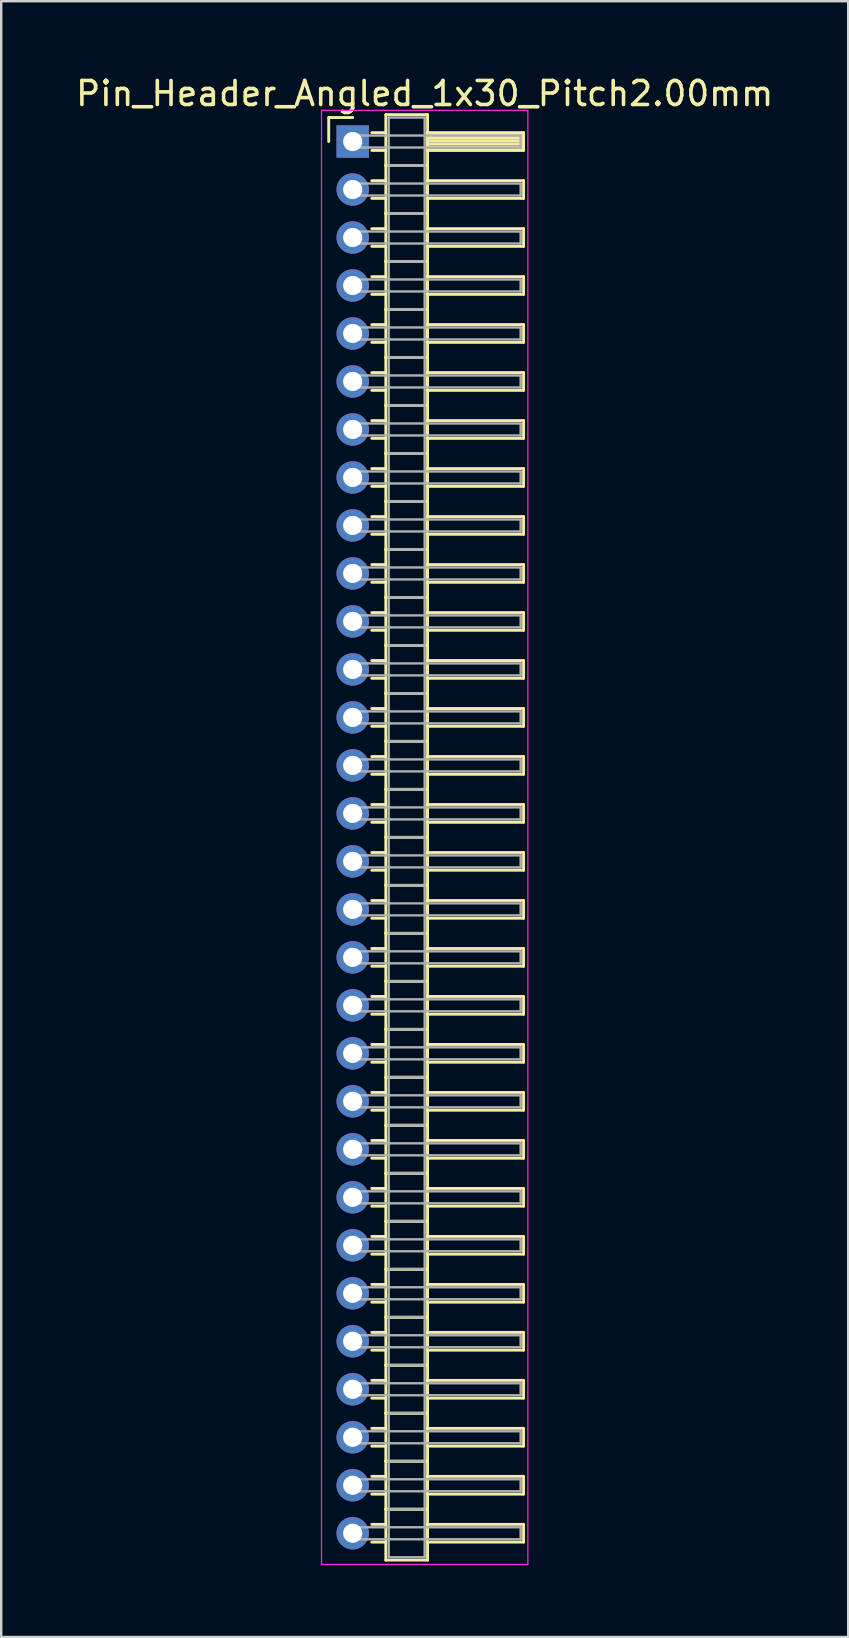
<source format=kicad_pcb>
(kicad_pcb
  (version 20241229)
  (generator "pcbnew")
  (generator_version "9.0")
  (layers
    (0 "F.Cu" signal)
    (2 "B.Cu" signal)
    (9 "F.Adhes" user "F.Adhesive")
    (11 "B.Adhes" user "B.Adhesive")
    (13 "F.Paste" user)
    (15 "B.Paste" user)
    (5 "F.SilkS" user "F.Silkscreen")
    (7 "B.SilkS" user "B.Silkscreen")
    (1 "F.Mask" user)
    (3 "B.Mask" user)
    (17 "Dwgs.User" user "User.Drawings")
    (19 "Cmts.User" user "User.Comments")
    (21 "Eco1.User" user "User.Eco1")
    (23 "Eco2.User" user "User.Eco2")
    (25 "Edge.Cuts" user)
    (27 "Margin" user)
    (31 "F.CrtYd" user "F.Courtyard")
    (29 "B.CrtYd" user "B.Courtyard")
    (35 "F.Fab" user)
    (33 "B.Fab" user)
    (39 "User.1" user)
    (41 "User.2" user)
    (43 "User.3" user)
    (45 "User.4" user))
  (footprint "Pin_Header_Angled_1x30_Pitch2.00mm"
    (layer "F.Cu")
    (at 11.649 2.848)
    (property "Reference" "Pin_Header_Angled_1x30_Pitch2.00mm" (at 3 -2 0) (layer "F.SilkS") (effects (font (size 1 1) (thickness 0.15))))
    (attr through_hole)
    (fp_line (start -1 -1) (end 0 -1) (stroke (width 0.12) (type solid)) (layer "F.SilkS"))
    (fp_line (start -1 0) (end -1 -1) (stroke (width 0.12) (type solid)) (layer "F.SilkS"))
    (fp_line (start 0.795 -0.37) (end 1.38 -0.37) (stroke (width 0.12) (type solid)) (layer "F.SilkS"))
    (fp_line (start 0.795 0.37) (end 1.38 0.37) (stroke (width 0.12) (type solid)) (layer "F.SilkS"))
    (fp_line (start 0.795 1.63) (end 1.38 1.63) (stroke (width 0.12) (type solid)) (layer "F.SilkS"))
    (fp_line (start 0.795 2.37) (end 1.38 2.37) (stroke (width 0.12) (type solid)) (layer "F.SilkS"))
    (fp_line (start 0.795 3.63) (end 1.38 3.63) (stroke (width 0.12) (type solid)) (layer "F.SilkS"))
    (fp_line (start 0.795 4.37) (end 1.38 4.37) (stroke (width 0.12) (type solid)) (layer "F.SilkS"))
    (fp_line (start 0.795 5.63) (end 1.38 5.63) (stroke (width 0.12) (type solid)) (layer "F.SilkS"))
    (fp_line (start 0.795 6.37) (end 1.38 6.37) (stroke (width 0.12) (type solid)) (layer "F.SilkS"))
    (fp_line (start 0.795 7.63) (end 1.38 7.63) (stroke (width 0.12) (type solid)) (layer "F.SilkS"))
    (fp_line (start 0.795 8.37) (end 1.38 8.37) (stroke (width 0.12) (type solid)) (layer "F.SilkS"))
    (fp_line (start 0.795 9.63) (end 1.38 9.63) (stroke (width 0.12) (type solid)) (layer "F.SilkS"))
    (fp_line (start 0.795 10.37) (end 1.38 10.37) (stroke (width 0.12) (type solid)) (layer "F.SilkS"))
    (fp_line (start 0.795 11.63) (end 1.38 11.63) (stroke (width 0.12) (type solid)) (layer "F.SilkS"))
    (fp_line (start 0.795 12.37) (end 1.38 12.37) (stroke (width 0.12) (type solid)) (layer "F.SilkS"))
    (fp_line (start 0.795 13.63) (end 1.38 13.63) (stroke (width 0.12) (type solid)) (layer "F.SilkS"))
    (fp_line (start 0.795 14.37) (end 1.38 14.37) (stroke (width 0.12) (type solid)) (layer "F.SilkS"))
    (fp_line (start 0.795 15.63) (end 1.38 15.63) (stroke (width 0.12) (type solid)) (layer "F.SilkS"))
    (fp_line (start 0.795 16.37) (end 1.38 16.37) (stroke (width 0.12) (type solid)) (layer "F.SilkS"))
    (fp_line (start 0.795 17.63) (end 1.38 17.63) (stroke (width 0.12) (type solid)) (layer "F.SilkS"))
    (fp_line (start 0.795 18.37) (end 1.38 18.37) (stroke (width 0.12) (type solid)) (layer "F.SilkS"))
    (fp_line (start 0.795 19.63) (end 1.38 19.63) (stroke (width 0.12) (type solid)) (layer "F.SilkS"))
    (fp_line (start 0.795 20.37) (end 1.38 20.37) (stroke (width 0.12) (type solid)) (layer "F.SilkS"))
    (fp_line (start 0.795 21.63) (end 1.38 21.63) (stroke (width 0.12) (type solid)) (layer "F.SilkS"))
    (fp_line (start 0.795 22.37) (end 1.38 22.37) (stroke (width 0.12) (type solid)) (layer "F.SilkS"))
    (fp_line (start 0.795 23.63) (end 1.38 23.63) (stroke (width 0.12) (type solid)) (layer "F.SilkS"))
    (fp_line (start 0.795 24.37) (end 1.38 24.37) (stroke (width 0.12) (type solid)) (layer "F.SilkS"))
    (fp_line (start 0.795 25.63) (end 1.38 25.63) (stroke (width 0.12) (type solid)) (layer "F.SilkS"))
    (fp_line (start 0.795 26.37) (end 1.38 26.37) (stroke (width 0.12) (type solid)) (layer "F.SilkS"))
    (fp_line (start 0.795 27.63) (end 1.38 27.63) (stroke (width 0.12) (type solid)) (layer "F.SilkS"))
    (fp_line (start 0.795 28.37) (end 1.38 28.37) (stroke (width 0.12) (type solid)) (layer "F.SilkS"))
    (fp_line (start 0.795 29.63) (end 1.38 29.63) (stroke (width 0.12) (type solid)) (layer "F.SilkS"))
    (fp_line (start 0.795 30.37) (end 1.38 30.37) (stroke (width 0.12) (type solid)) (layer "F.SilkS"))
    (fp_line (start 0.795 31.63) (end 1.38 31.63) (stroke (width 0.12) (type solid)) (layer "F.SilkS"))
    (fp_line (start 0.795 32.37) (end 1.38 32.37) (stroke (width 0.12) (type solid)) (layer "F.SilkS"))
    (fp_line (start 0.795 33.63) (end 1.38 33.63) (stroke (width 0.12) (type solid)) (layer "F.SilkS"))
    (fp_line (start 0.795 34.37) (end 1.38 34.37) (stroke (width 0.12) (type solid)) (layer "F.SilkS"))
    (fp_line (start 0.795 35.63) (end 1.38 35.63) (stroke (width 0.12) (type solid)) (layer "F.SilkS"))
    (fp_line (start 0.795 36.37) (end 1.38 36.37) (stroke (width 0.12) (type solid)) (layer "F.SilkS"))
    (fp_line (start 0.795 37.63) (end 1.38 37.63) (stroke (width 0.12) (type solid)) (layer "F.SilkS"))
    (fp_line (start 0.795 38.37) (end 1.38 38.37) (stroke (width 0.12) (type solid)) (layer "F.SilkS"))
    (fp_line (start 0.795 39.63) (end 1.38 39.63) (stroke (width 0.12) (type solid)) (layer "F.SilkS"))
    (fp_line (start 0.795 40.37) (end 1.38 40.37) (stroke (width 0.12) (type solid)) (layer "F.SilkS"))
    (fp_line (start 0.795 41.63) (end 1.38 41.63) (stroke (width 0.12) (type solid)) (layer "F.SilkS"))
    (fp_line (start 0.795 42.37) (end 1.38 42.37) (stroke (width 0.12) (type solid)) (layer "F.SilkS"))
    (fp_line (start 0.795 43.63) (end 1.38 43.63) (stroke (width 0.12) (type solid)) (layer "F.SilkS"))
    (fp_line (start 0.795 44.37) (end 1.38 44.37) (stroke (width 0.12) (type solid)) (layer "F.SilkS"))
    (fp_line (start 0.795 45.63) (end 1.38 45.63) (stroke (width 0.12) (type solid)) (layer "F.SilkS"))
    (fp_line (start 0.795 46.37) (end 1.38 46.37) (stroke (width 0.12) (type solid)) (layer "F.SilkS"))
    (fp_line (start 0.795 47.63) (end 1.38 47.63) (stroke (width 0.12) (type solid)) (layer "F.SilkS"))
    (fp_line (start 0.795 48.37) (end 1.38 48.37) (stroke (width 0.12) (type solid)) (layer "F.SilkS"))
    (fp_line (start 0.795 49.63) (end 1.38 49.63) (stroke (width 0.12) (type solid)) (layer "F.SilkS"))
    (fp_line (start 0.795 50.37) (end 1.38 50.37) (stroke (width 0.12) (type solid)) (layer "F.SilkS"))
    (fp_line (start 0.795 51.63) (end 1.38 51.63) (stroke (width 0.12) (type solid)) (layer "F.SilkS"))
    (fp_line (start 0.795 52.37) (end 1.38 52.37) (stroke (width 0.12) (type solid)) (layer "F.SilkS"))
    (fp_line (start 0.795 53.63) (end 1.38 53.63) (stroke (width 0.12) (type solid)) (layer "F.SilkS"))
    (fp_line (start 0.795 54.37) (end 1.38 54.37) (stroke (width 0.12) (type solid)) (layer "F.SilkS"))
    (fp_line (start 0.795 55.63) (end 1.38 55.63) (stroke (width 0.12) (type solid)) (layer "F.SilkS"))
    (fp_line (start 0.795 56.37) (end 1.38 56.37) (stroke (width 0.12) (type solid)) (layer "F.SilkS"))
    (fp_line (start 0.795 57.63) (end 1.38 57.63) (stroke (width 0.12) (type solid)) (layer "F.SilkS"))
    (fp_line (start 0.795 58.37) (end 1.38 58.37) (stroke (width 0.12) (type solid)) (layer "F.SilkS"))
    (fp_line (start 1.38 -1.12) (end 1.38 1) (stroke (width 0.12) (type solid)) (layer "F.SilkS"))
    (fp_line (start 1.38 1) (end 1.38 3) (stroke (width 0.12) (type solid)) (layer "F.SilkS"))
    (fp_line (start 1.38 1) (end 3.12 1) (stroke (width 0.12) (type solid)) (layer "F.SilkS"))
    (fp_line (start 1.38 3) (end 1.38 5) (stroke (width 0.12) (type solid)) (layer "F.SilkS"))
    (fp_line (start 1.38 3) (end 3.12 3) (stroke (width 0.12) (type solid)) (layer "F.SilkS"))
    (fp_line (start 1.38 5) (end 1.38 7) (stroke (width 0.12) (type solid)) (layer "F.SilkS"))
    (fp_line (start 1.38 5) (end 3.12 5) (stroke (width 0.12) (type solid)) (layer "F.SilkS"))
    (fp_line (start 1.38 7) (end 1.38 9) (stroke (width 0.12) (type solid)) (layer "F.SilkS"))
    (fp_line (start 1.38 7) (end 3.12 7) (stroke (width 0.12) (type solid)) (layer "F.SilkS"))
    (fp_line (start 1.38 9) (end 1.38 11) (stroke (width 0.12) (type solid)) (layer "F.SilkS"))
    (fp_line (start 1.38 9) (end 3.12 9) (stroke (width 0.12) (type solid)) (layer "F.SilkS"))
    (fp_line (start 1.38 11) (end 1.38 13) (stroke (width 0.12) (type solid)) (layer "F.SilkS"))
    (fp_line (start 1.38 11) (end 3.12 11) (stroke (width 0.12) (type solid)) (layer "F.SilkS"))
    (fp_line (start 1.38 13) (end 1.38 15) (stroke (width 0.12) (type solid)) (layer "F.SilkS"))
    (fp_line (start 1.38 13) (end 3.12 13) (stroke (width 0.12) (type solid)) (layer "F.SilkS"))
    (fp_line (start 1.38 15) (end 1.38 17) (stroke (width 0.12) (type solid)) (layer "F.SilkS"))
    (fp_line (start 1.38 15) (end 3.12 15) (stroke (width 0.12) (type solid)) (layer "F.SilkS"))
    (fp_line (start 1.38 17) (end 1.38 19) (stroke (width 0.12) (type solid)) (layer "F.SilkS"))
    (fp_line (start 1.38 17) (end 3.12 17) (stroke (width 0.12) (type solid)) (layer "F.SilkS"))
    (fp_line (start 1.38 19) (end 1.38 21) (stroke (width 0.12) (type solid)) (layer "F.SilkS"))
    (fp_line (start 1.38 19) (end 3.12 19) (stroke (width 0.12) (type solid)) (layer "F.SilkS"))
    (fp_line (start 1.38 21) (end 1.38 23) (stroke (width 0.12) (type solid)) (layer "F.SilkS"))
    (fp_line (start 1.38 21) (end 3.12 21) (stroke (width 0.12) (type solid)) (layer "F.SilkS"))
    (fp_line (start 1.38 23) (end 1.38 25) (stroke (width 0.12) (type solid)) (layer "F.SilkS"))
    (fp_line (start 1.38 23) (end 3.12 23) (stroke (width 0.12) (type solid)) (layer "F.SilkS"))
    (fp_line (start 1.38 25) (end 1.38 27) (stroke (width 0.12) (type solid)) (layer "F.SilkS"))
    (fp_line (start 1.38 25) (end 3.12 25) (stroke (width 0.12) (type solid)) (layer "F.SilkS"))
    (fp_line (start 1.38 27) (end 1.38 29) (stroke (width 0.12) (type solid)) (layer "F.SilkS"))
    (fp_line (start 1.38 27) (end 3.12 27) (stroke (width 0.12) (type solid)) (layer "F.SilkS"))
    (fp_line (start 1.38 29) (end 1.38 31) (stroke (width 0.12) (type solid)) (layer "F.SilkS"))
    (fp_line (start 1.38 29) (end 3.12 29) (stroke (width 0.12) (type solid)) (layer "F.SilkS"))
    (fp_line (start 1.38 31) (end 1.38 33) (stroke (width 0.12) (type solid)) (layer "F.SilkS"))
    (fp_line (start 1.38 31) (end 3.12 31) (stroke (width 0.12) (type solid)) (layer "F.SilkS"))
    (fp_line (start 1.38 33) (end 1.38 35) (stroke (width 0.12) (type solid)) (layer "F.SilkS"))
    (fp_line (start 1.38 33) (end 3.12 33) (stroke (width 0.12) (type solid)) (layer "F.SilkS"))
    (fp_line (start 1.38 35) (end 1.38 37) (stroke (width 0.12) (type solid)) (layer "F.SilkS"))
    (fp_line (start 1.38 35) (end 3.12 35) (stroke (width 0.12) (type solid)) (layer "F.SilkS"))
    (fp_line (start 1.38 37) (end 1.38 39) (stroke (width 0.12) (type solid)) (layer "F.SilkS"))
    (fp_line (start 1.38 37) (end 3.12 37) (stroke (width 0.12) (type solid)) (layer "F.SilkS"))
    (fp_line (start 1.38 39) (end 1.38 41) (stroke (width 0.12) (type solid)) (layer "F.SilkS"))
    (fp_line (start 1.38 39) (end 3.12 39) (stroke (width 0.12) (type solid)) (layer "F.SilkS"))
    (fp_line (start 1.38 41) (end 1.38 43) (stroke (width 0.12) (type solid)) (layer "F.SilkS"))
    (fp_line (start 1.38 41) (end 3.12 41) (stroke (width 0.12) (type solid)) (layer "F.SilkS"))
    (fp_line (start 1.38 43) (end 1.38 45) (stroke (width 0.12) (type solid)) (layer "F.SilkS"))
    (fp_line (start 1.38 43) (end 3.12 43) (stroke (width 0.12) (type solid)) (layer "F.SilkS"))
    (fp_line (start 1.38 45) (end 1.38 47) (stroke (width 0.12) (type solid)) (layer "F.SilkS"))
    (fp_line (start 1.38 45) (end 3.12 45) (stroke (width 0.12) (type solid)) (layer "F.SilkS"))
    (fp_line (start 1.38 47) (end 1.38 49) (stroke (width 0.12) (type solid)) (layer "F.SilkS"))
    (fp_line (start 1.38 47) (end 3.12 47) (stroke (width 0.12) (type solid)) (layer "F.SilkS"))
    (fp_line (start 1.38 49) (end 1.38 51) (stroke (width 0.12) (type solid)) (layer "F.SilkS"))
    (fp_line (start 1.38 49) (end 3.12 49) (stroke (width 0.12) (type solid)) (layer "F.SilkS"))
    (fp_line (start 1.38 51) (end 1.38 53) (stroke (width 0.12) (type solid)) (layer "F.SilkS"))
    (fp_line (start 1.38 51) (end 3.12 51) (stroke (width 0.12) (type solid)) (layer "F.SilkS"))
    (fp_line (start 1.38 53) (end 1.38 55) (stroke (width 0.12) (type solid)) (layer "F.SilkS"))
    (fp_line (start 1.38 53) (end 3.12 53) (stroke (width 0.12) (type solid)) (layer "F.SilkS"))
    (fp_line (start 1.38 55) (end 1.38 57) (stroke (width 0.12) (type solid)) (layer "F.SilkS"))
    (fp_line (start 1.38 55) (end 3.12 55) (stroke (width 0.12) (type solid)) (layer "F.SilkS"))
    (fp_line (start 1.38 57) (end 1.38 59.12) (stroke (width 0.12) (type solid)) (layer "F.SilkS"))
    (fp_line (start 1.38 57) (end 3.12 57) (stroke (width 0.12) (type solid)) (layer "F.SilkS"))
    (fp_line (start 1.38 59.12) (end 3.12 59.12) (stroke (width 0.12) (type solid)) (layer "F.SilkS"))
    (fp_line (start 3.12 -1.12) (end 1.38 -1.12) (stroke (width 0.12) (type solid)) (layer "F.SilkS"))
    (fp_line (start 3.12 -0.37) (end 3.12 0.37) (stroke (width 0.12) (type solid)) (layer "F.SilkS"))
    (fp_line (start 3.12 -0.25) (end 7.12 -0.25) (stroke (width 0.12) (type solid)) (layer "F.SilkS"))
    (fp_line (start 3.12 -0.13) (end 7.12 -0.13) (stroke (width 0.12) (type solid)) (layer "F.SilkS"))
    (fp_line (start 3.12 -0.01) (end 7.12 -0.01) (stroke (width 0.12) (type solid)) (layer "F.SilkS"))
    (fp_line (start 3.12 0.11) (end 7.12 0.11) (stroke (width 0.12) (type solid)) (layer "F.SilkS"))
    (fp_line (start 3.12 0.23) (end 7.12 0.23) (stroke (width 0.12) (type solid)) (layer "F.SilkS"))
    (fp_line (start 3.12 0.35) (end 7.12 0.35) (stroke (width 0.12) (type solid)) (layer "F.SilkS"))
    (fp_line (start 3.12 0.37) (end 7.12 0.37) (stroke (width 0.12) (type solid)) (layer "F.SilkS"))
    (fp_line (start 3.12 1) (end 1.38 1) (stroke (width 0.12) (type solid)) (layer "F.SilkS"))
    (fp_line (start 3.12 1) (end 3.12 -1.12) (stroke (width 0.12) (type solid)) (layer "F.SilkS"))
    (fp_line (start 3.12 1.63) (end 3.12 2.37) (stroke (width 0.12) (type solid)) (layer "F.SilkS"))
    (fp_line (start 3.12 2.37) (end 7.12 2.37) (stroke (width 0.12) (type solid)) (layer "F.SilkS"))
    (fp_line (start 3.12 3) (end 1.38 3) (stroke (width 0.12) (type solid)) (layer "F.SilkS"))
    (fp_line (start 3.12 3) (end 3.12 1) (stroke (width 0.12) (type solid)) (layer "F.SilkS"))
    (fp_line (start 3.12 3.63) (end 3.12 4.37) (stroke (width 0.12) (type solid)) (layer "F.SilkS"))
    (fp_line (start 3.12 4.37) (end 7.12 4.37) (stroke (width 0.12) (type solid)) (layer "F.SilkS"))
    (fp_line (start 3.12 5) (end 1.38 5) (stroke (width 0.12) (type solid)) (layer "F.SilkS"))
    (fp_line (start 3.12 5) (end 3.12 3) (stroke (width 0.12) (type solid)) (layer "F.SilkS"))
    (fp_line (start 3.12 5.63) (end 3.12 6.37) (stroke (width 0.12) (type solid)) (layer "F.SilkS"))
    (fp_line (start 3.12 6.37) (end 7.12 6.37) (stroke (width 0.12) (type solid)) (layer "F.SilkS"))
    (fp_line (start 3.12 7) (end 1.38 7) (stroke (width 0.12) (type solid)) (layer "F.SilkS"))
    (fp_line (start 3.12 7) (end 3.12 5) (stroke (width 0.12) (type solid)) (layer "F.SilkS"))
    (fp_line (start 3.12 7.63) (end 3.12 8.37) (stroke (width 0.12) (type solid)) (layer "F.SilkS"))
    (fp_line (start 3.12 8.37) (end 7.12 8.37) (stroke (width 0.12) (type solid)) (layer "F.SilkS"))
    (fp_line (start 3.12 9) (end 1.38 9) (stroke (width 0.12) (type solid)) (layer "F.SilkS"))
    (fp_line (start 3.12 9) (end 3.12 7) (stroke (width 0.12) (type solid)) (layer "F.SilkS"))
    (fp_line (start 3.12 9.63) (end 3.12 10.37) (stroke (width 0.12) (type solid)) (layer "F.SilkS"))
    (fp_line (start 3.12 10.37) (end 7.12 10.37) (stroke (width 0.12) (type solid)) (layer "F.SilkS"))
    (fp_line (start 3.12 11) (end 1.38 11) (stroke (width 0.12) (type solid)) (layer "F.SilkS"))
    (fp_line (start 3.12 11) (end 3.12 9) (stroke (width 0.12) (type solid)) (layer "F.SilkS"))
    (fp_line (start 3.12 11.63) (end 3.12 12.37) (stroke (width 0.12) (type solid)) (layer "F.SilkS"))
    (fp_line (start 3.12 12.37) (end 7.12 12.37) (stroke (width 0.12) (type solid)) (layer "F.SilkS"))
    (fp_line (start 3.12 13) (end 1.38 13) (stroke (width 0.12) (type solid)) (layer "F.SilkS"))
    (fp_line (start 3.12 13) (end 3.12 11) (stroke (width 0.12) (type solid)) (layer "F.SilkS"))
    (fp_line (start 3.12 13.63) (end 3.12 14.37) (stroke (width 0.12) (type solid)) (layer "F.SilkS"))
    (fp_line (start 3.12 14.37) (end 7.12 14.37) (stroke (width 0.12) (type solid)) (layer "F.SilkS"))
    (fp_line (start 3.12 15) (end 1.38 15) (stroke (width 0.12) (type solid)) (layer "F.SilkS"))
    (fp_line (start 3.12 15) (end 3.12 13) (stroke (width 0.12) (type solid)) (layer "F.SilkS"))
    (fp_line (start 3.12 15.63) (end 3.12 16.37) (stroke (width 0.12) (type solid)) (layer "F.SilkS"))
    (fp_line (start 3.12 16.37) (end 7.12 16.37) (stroke (width 0.12) (type solid)) (layer "F.SilkS"))
    (fp_line (start 3.12 17) (end 1.38 17) (stroke (width 0.12) (type solid)) (layer "F.SilkS"))
    (fp_line (start 3.12 17) (end 3.12 15) (stroke (width 0.12) (type solid)) (layer "F.SilkS"))
    (fp_line (start 3.12 17.63) (end 3.12 18.37) (stroke (width 0.12) (type solid)) (layer "F.SilkS"))
    (fp_line (start 3.12 18.37) (end 7.12 18.37) (stroke (width 0.12) (type solid)) (layer "F.SilkS"))
    (fp_line (start 3.12 19) (end 1.38 19) (stroke (width 0.12) (type solid)) (layer "F.SilkS"))
    (fp_line (start 3.12 19) (end 3.12 17) (stroke (width 0.12) (type solid)) (layer "F.SilkS"))
    (fp_line (start 3.12 19.63) (end 3.12 20.37) (stroke (width 0.12) (type solid)) (layer "F.SilkS"))
    (fp_line (start 3.12 20.37) (end 7.12 20.37) (stroke (width 0.12) (type solid)) (layer "F.SilkS"))
    (fp_line (start 3.12 21) (end 1.38 21) (stroke (width 0.12) (type solid)) (layer "F.SilkS"))
    (fp_line (start 3.12 21) (end 3.12 19) (stroke (width 0.12) (type solid)) (layer "F.SilkS"))
    (fp_line (start 3.12 21.63) (end 3.12 22.37) (stroke (width 0.12) (type solid)) (layer "F.SilkS"))
    (fp_line (start 3.12 22.37) (end 7.12 22.37) (stroke (width 0.12) (type solid)) (layer "F.SilkS"))
    (fp_line (start 3.12 23) (end 1.38 23) (stroke (width 0.12) (type solid)) (layer "F.SilkS"))
    (fp_line (start 3.12 23) (end 3.12 21) (stroke (width 0.12) (type solid)) (layer "F.SilkS"))
    (fp_line (start 3.12 23.63) (end 3.12 24.37) (stroke (width 0.12) (type solid)) (layer "F.SilkS"))
    (fp_line (start 3.12 24.37) (end 7.12 24.37) (stroke (width 0.12) (type solid)) (layer "F.SilkS"))
    (fp_line (start 3.12 25) (end 1.38 25) (stroke (width 0.12) (type solid)) (layer "F.SilkS"))
    (fp_line (start 3.12 25) (end 3.12 23) (stroke (width 0.12) (type solid)) (layer "F.SilkS"))
    (fp_line (start 3.12 25.63) (end 3.12 26.37) (stroke (width 0.12) (type solid)) (layer "F.SilkS"))
    (fp_line (start 3.12 26.37) (end 7.12 26.37) (stroke (width 0.12) (type solid)) (layer "F.SilkS"))
    (fp_line (start 3.12 27) (end 1.38 27) (stroke (width 0.12) (type solid)) (layer "F.SilkS"))
    (fp_line (start 3.12 27) (end 3.12 25) (stroke (width 0.12) (type solid)) (layer "F.SilkS"))
    (fp_line (start 3.12 27.63) (end 3.12 28.37) (stroke (width 0.12) (type solid)) (layer "F.SilkS"))
    (fp_line (start 3.12 28.37) (end 7.12 28.37) (stroke (width 0.12) (type solid)) (layer "F.SilkS"))
    (fp_line (start 3.12 29) (end 1.38 29) (stroke (width 0.12) (type solid)) (layer "F.SilkS"))
    (fp_line (start 3.12 29) (end 3.12 27) (stroke (width 0.12) (type solid)) (layer "F.SilkS"))
    (fp_line (start 3.12 29.63) (end 3.12 30.37) (stroke (width 0.12) (type solid)) (layer "F.SilkS"))
    (fp_line (start 3.12 30.37) (end 7.12 30.37) (stroke (width 0.12) (type solid)) (layer "F.SilkS"))
    (fp_line (start 3.12 31) (end 1.38 31) (stroke (width 0.12) (type solid)) (layer "F.SilkS"))
    (fp_line (start 3.12 31) (end 3.12 29) (stroke (width 0.12) (type solid)) (layer "F.SilkS"))
    (fp_line (start 3.12 31.63) (end 3.12 32.37) (stroke (width 0.12) (type solid)) (layer "F.SilkS"))
    (fp_line (start 3.12 32.37) (end 7.12 32.37) (stroke (width 0.12) (type solid)) (layer "F.SilkS"))
    (fp_line (start 3.12 33) (end 1.38 33) (stroke (width 0.12) (type solid)) (layer "F.SilkS"))
    (fp_line (start 3.12 33) (end 3.12 31) (stroke (width 0.12) (type solid)) (layer "F.SilkS"))
    (fp_line (start 3.12 33.63) (end 3.12 34.37) (stroke (width 0.12) (type solid)) (layer "F.SilkS"))
    (fp_line (start 3.12 34.37) (end 7.12 34.37) (stroke (width 0.12) (type solid)) (layer "F.SilkS"))
    (fp_line (start 3.12 35) (end 1.38 35) (stroke (width 0.12) (type solid)) (layer "F.SilkS"))
    (fp_line (start 3.12 35) (end 3.12 33) (stroke (width 0.12) (type solid)) (layer "F.SilkS"))
    (fp_line (start 3.12 35.63) (end 3.12 36.37) (stroke (width 0.12) (type solid)) (layer "F.SilkS"))
    (fp_line (start 3.12 36.37) (end 7.12 36.37) (stroke (width 0.12) (type solid)) (layer "F.SilkS"))
    (fp_line (start 3.12 37) (end 1.38 37) (stroke (width 0.12) (type solid)) (layer "F.SilkS"))
    (fp_line (start 3.12 37) (end 3.12 35) (stroke (width 0.12) (type solid)) (layer "F.SilkS"))
    (fp_line (start 3.12 37.63) (end 3.12 38.37) (stroke (width 0.12) (type solid)) (layer "F.SilkS"))
    (fp_line (start 3.12 38.37) (end 7.12 38.37) (stroke (width 0.12) (type solid)) (layer "F.SilkS"))
    (fp_line (start 3.12 39) (end 1.38 39) (stroke (width 0.12) (type solid)) (layer "F.SilkS"))
    (fp_line (start 3.12 39) (end 3.12 37) (stroke (width 0.12) (type solid)) (layer "F.SilkS"))
    (fp_line (start 3.12 39.63) (end 3.12 40.37) (stroke (width 0.12) (type solid)) (layer "F.SilkS"))
    (fp_line (start 3.12 40.37) (end 7.12 40.37) (stroke (width 0.12) (type solid)) (layer "F.SilkS"))
    (fp_line (start 3.12 41) (end 1.38 41) (stroke (width 0.12) (type solid)) (layer "F.SilkS"))
    (fp_line (start 3.12 41) (end 3.12 39) (stroke (width 0.12) (type solid)) (layer "F.SilkS"))
    (fp_line (start 3.12 41.63) (end 3.12 42.37) (stroke (width 0.12) (type solid)) (layer "F.SilkS"))
    (fp_line (start 3.12 42.37) (end 7.12 42.37) (stroke (width 0.12) (type solid)) (layer "F.SilkS"))
    (fp_line (start 3.12 43) (end 1.38 43) (stroke (width 0.12) (type solid)) (layer "F.SilkS"))
    (fp_line (start 3.12 43) (end 3.12 41) (stroke (width 0.12) (type solid)) (layer "F.SilkS"))
    (fp_line (start 3.12 43.63) (end 3.12 44.37) (stroke (width 0.12) (type solid)) (layer "F.SilkS"))
    (fp_line (start 3.12 44.37) (end 7.12 44.37) (stroke (width 0.12) (type solid)) (layer "F.SilkS"))
    (fp_line (start 3.12 45) (end 1.38 45) (stroke (width 0.12) (type solid)) (layer "F.SilkS"))
    (fp_line (start 3.12 45) (end 3.12 43) (stroke (width 0.12) (type solid)) (layer "F.SilkS"))
    (fp_line (start 3.12 45.63) (end 3.12 46.37) (stroke (width 0.12) (type solid)) (layer "F.SilkS"))
    (fp_line (start 3.12 46.37) (end 7.12 46.37) (stroke (width 0.12) (type solid)) (layer "F.SilkS"))
    (fp_line (start 3.12 47) (end 1.38 47) (stroke (width 0.12) (type solid)) (layer "F.SilkS"))
    (fp_line (start 3.12 47) (end 3.12 45) (stroke (width 0.12) (type solid)) (layer "F.SilkS"))
    (fp_line (start 3.12 47.63) (end 3.12 48.37) (stroke (width 0.12) (type solid)) (layer "F.SilkS"))
    (fp_line (start 3.12 48.37) (end 7.12 48.37) (stroke (width 0.12) (type solid)) (layer "F.SilkS"))
    (fp_line (start 3.12 49) (end 1.38 49) (stroke (width 0.12) (type solid)) (layer "F.SilkS"))
    (fp_line (start 3.12 49) (end 3.12 47) (stroke (width 0.12) (type solid)) (layer "F.SilkS"))
    (fp_line (start 3.12 49.63) (end 3.12 50.37) (stroke (width 0.12) (type solid)) (layer "F.SilkS"))
    (fp_line (start 3.12 50.37) (end 7.12 50.37) (stroke (width 0.12) (type solid)) (layer "F.SilkS"))
    (fp_line (start 3.12 51) (end 1.38 51) (stroke (width 0.12) (type solid)) (layer "F.SilkS"))
    (fp_line (start 3.12 51) (end 3.12 49) (stroke (width 0.12) (type solid)) (layer "F.SilkS"))
    (fp_line (start 3.12 51.63) (end 3.12 52.37) (stroke (width 0.12) (type solid)) (layer "F.SilkS"))
    (fp_line (start 3.12 52.37) (end 7.12 52.37) (stroke (width 0.12) (type solid)) (layer "F.SilkS"))
    (fp_line (start 3.12 53) (end 1.38 53) (stroke (width 0.12) (type solid)) (layer "F.SilkS"))
    (fp_line (start 3.12 53) (end 3.12 51) (stroke (width 0.12) (type solid)) (layer "F.SilkS"))
    (fp_line (start 3.12 53.63) (end 3.12 54.37) (stroke (width 0.12) (type solid)) (layer "F.SilkS"))
    (fp_line (start 3.12 54.37) (end 7.12 54.37) (stroke (width 0.12) (type solid)) (layer "F.SilkS"))
    (fp_line (start 3.12 55) (end 1.38 55) (stroke (width 0.12) (type solid)) (layer "F.SilkS"))
    (fp_line (start 3.12 55) (end 3.12 53) (stroke (width 0.12) (type solid)) (layer "F.SilkS"))
    (fp_line (start 3.12 55.63) (end 3.12 56.37) (stroke (width 0.12) (type solid)) (layer "F.SilkS"))
    (fp_line (start 3.12 56.37) (end 7.12 56.37) (stroke (width 0.12) (type solid)) (layer "F.SilkS"))
    (fp_line (start 3.12 57) (end 1.38 57) (stroke (width 0.12) (type solid)) (layer "F.SilkS"))
    (fp_line (start 3.12 57) (end 3.12 55) (stroke (width 0.12) (type solid)) (layer "F.SilkS"))
    (fp_line (start 3.12 57.63) (end 3.12 58.37) (stroke (width 0.12) (type solid)) (layer "F.SilkS"))
    (fp_line (start 3.12 58.37) (end 7.12 58.37) (stroke (width 0.12) (type solid)) (layer "F.SilkS"))
    (fp_line (start 3.12 59.12) (end 3.12 57) (stroke (width 0.12) (type solid)) (layer "F.SilkS"))
    (fp_line (start 7.12 -0.37) (end 3.12 -0.37) (stroke (width 0.12) (type solid)) (layer "F.SilkS"))
    (fp_line (start 7.12 0.37) (end 7.12 -0.37) (stroke (width 0.12) (type solid)) (layer "F.SilkS"))
    (fp_line (start 7.12 1.63) (end 3.12 1.63) (stroke (width 0.12) (type solid)) (layer "F.SilkS"))
    (fp_line (start 7.12 2.37) (end 7.12 1.63) (stroke (width 0.12) (type solid)) (layer "F.SilkS"))
    (fp_line (start 7.12 3.63) (end 3.12 3.63) (stroke (width 0.12) (type solid)) (layer "F.SilkS"))
    (fp_line (start 7.12 4.37) (end 7.12 3.63) (stroke (width 0.12) (type solid)) (layer "F.SilkS"))
    (fp_line (start 7.12 5.63) (end 3.12 5.63) (stroke (width 0.12) (type solid)) (layer "F.SilkS"))
    (fp_line (start 7.12 6.37) (end 7.12 5.63) (stroke (width 0.12) (type solid)) (layer "F.SilkS"))
    (fp_line (start 7.12 7.63) (end 3.12 7.63) (stroke (width 0.12) (type solid)) (layer "F.SilkS"))
    (fp_line (start 7.12 8.37) (end 7.12 7.63) (stroke (width 0.12) (type solid)) (layer "F.SilkS"))
    (fp_line (start 7.12 9.63) (end 3.12 9.63) (stroke (width 0.12) (type solid)) (layer "F.SilkS"))
    (fp_line (start 7.12 10.37) (end 7.12 9.63) (stroke (width 0.12) (type solid)) (layer "F.SilkS"))
    (fp_line (start 7.12 11.63) (end 3.12 11.63) (stroke (width 0.12) (type solid)) (layer "F.SilkS"))
    (fp_line (start 7.12 12.37) (end 7.12 11.63) (stroke (width 0.12) (type solid)) (layer "F.SilkS"))
    (fp_line (start 7.12 13.63) (end 3.12 13.63) (stroke (width 0.12) (type solid)) (layer "F.SilkS"))
    (fp_line (start 7.12 14.37) (end 7.12 13.63) (stroke (width 0.12) (type solid)) (layer "F.SilkS"))
    (fp_line (start 7.12 15.63) (end 3.12 15.63) (stroke (width 0.12) (type solid)) (layer "F.SilkS"))
    (fp_line (start 7.12 16.37) (end 7.12 15.63) (stroke (width 0.12) (type solid)) (layer "F.SilkS"))
    (fp_line (start 7.12 17.63) (end 3.12 17.63) (stroke (width 0.12) (type solid)) (layer "F.SilkS"))
    (fp_line (start 7.12 18.37) (end 7.12 17.63) (stroke (width 0.12) (type solid)) (layer "F.SilkS"))
    (fp_line (start 7.12 19.63) (end 3.12 19.63) (stroke (width 0.12) (type solid)) (layer "F.SilkS"))
    (fp_line (start 7.12 20.37) (end 7.12 19.63) (stroke (width 0.12) (type solid)) (layer "F.SilkS"))
    (fp_line (start 7.12 21.63) (end 3.12 21.63) (stroke (width 0.12) (type solid)) (layer "F.SilkS"))
    (fp_line (start 7.12 22.37) (end 7.12 21.63) (stroke (width 0.12) (type solid)) (layer "F.SilkS"))
    (fp_line (start 7.12 23.63) (end 3.12 23.63) (stroke (width 0.12) (type solid)) (layer "F.SilkS"))
    (fp_line (start 7.12 24.37) (end 7.12 23.63) (stroke (width 0.12) (type solid)) (layer "F.SilkS"))
    (fp_line (start 7.12 25.63) (end 3.12 25.63) (stroke (width 0.12) (type solid)) (layer "F.SilkS"))
    (fp_line (start 7.12 26.37) (end 7.12 25.63) (stroke (width 0.12) (type solid)) (layer "F.SilkS"))
    (fp_line (start 7.12 27.63) (end 3.12 27.63) (stroke (width 0.12) (type solid)) (layer "F.SilkS"))
    (fp_line (start 7.12 28.37) (end 7.12 27.63) (stroke (width 0.12) (type solid)) (layer "F.SilkS"))
    (fp_line (start 7.12 29.63) (end 3.12 29.63) (stroke (width 0.12) (type solid)) (layer "F.SilkS"))
    (fp_line (start 7.12 30.37) (end 7.12 29.63) (stroke (width 0.12) (type solid)) (layer "F.SilkS"))
    (fp_line (start 7.12 31.63) (end 3.12 31.63) (stroke (width 0.12) (type solid)) (layer "F.SilkS"))
    (fp_line (start 7.12 32.37) (end 7.12 31.63) (stroke (width 0.12) (type solid)) (layer "F.SilkS"))
    (fp_line (start 7.12 33.63) (end 3.12 33.63) (stroke (width 0.12) (type solid)) (layer "F.SilkS"))
    (fp_line (start 7.12 34.37) (end 7.12 33.63) (stroke (width 0.12) (type solid)) (layer "F.SilkS"))
    (fp_line (start 7.12 35.63) (end 3.12 35.63) (stroke (width 0.12) (type solid)) (layer "F.SilkS"))
    (fp_line (start 7.12 36.37) (end 7.12 35.63) (stroke (width 0.12) (type solid)) (layer "F.SilkS"))
    (fp_line (start 7.12 37.63) (end 3.12 37.63) (stroke (width 0.12) (type solid)) (layer "F.SilkS"))
    (fp_line (start 7.12 38.37) (end 7.12 37.63) (stroke (width 0.12) (type solid)) (layer "F.SilkS"))
    (fp_line (start 7.12 39.63) (end 3.12 39.63) (stroke (width 0.12) (type solid)) (layer "F.SilkS"))
    (fp_line (start 7.12 40.37) (end 7.12 39.63) (stroke (width 0.12) (type solid)) (layer "F.SilkS"))
    (fp_line (start 7.12 41.63) (end 3.12 41.63) (stroke (width 0.12) (type solid)) (layer "F.SilkS"))
    (fp_line (start 7.12 42.37) (end 7.12 41.63) (stroke (width 0.12) (type solid)) (layer "F.SilkS"))
    (fp_line (start 7.12 43.63) (end 3.12 43.63) (stroke (width 0.12) (type solid)) (layer "F.SilkS"))
    (fp_line (start 7.12 44.37) (end 7.12 43.63) (stroke (width 0.12) (type solid)) (layer "F.SilkS"))
    (fp_line (start 7.12 45.63) (end 3.12 45.63) (stroke (width 0.12) (type solid)) (layer "F.SilkS"))
    (fp_line (start 7.12 46.37) (end 7.12 45.63) (stroke (width 0.12) (type solid)) (layer "F.SilkS"))
    (fp_line (start 7.12 47.63) (end 3.12 47.63) (stroke (width 0.12) (type solid)) (layer "F.SilkS"))
    (fp_line (start 7.12 48.37) (end 7.12 47.63) (stroke (width 0.12) (type solid)) (layer "F.SilkS"))
    (fp_line (start 7.12 49.63) (end 3.12 49.63) (stroke (width 0.12) (type solid)) (layer "F.SilkS"))
    (fp_line (start 7.12 50.37) (end 7.12 49.63) (stroke (width 0.12) (type solid)) (layer "F.SilkS"))
    (fp_line (start 7.12 51.63) (end 3.12 51.63) (stroke (width 0.12) (type solid)) (layer "F.SilkS"))
    (fp_line (start 7.12 52.37) (end 7.12 51.63) (stroke (width 0.12) (type solid)) (layer "F.SilkS"))
    (fp_line (start 7.12 53.63) (end 3.12 53.63) (stroke (width 0.12) (type solid)) (layer "F.SilkS"))
    (fp_line (start 7.12 54.37) (end 7.12 53.63) (stroke (width 0.12) (type solid)) (layer "F.SilkS"))
    (fp_line (start 7.12 55.63) (end 3.12 55.63) (stroke (width 0.12) (type solid)) (layer "F.SilkS"))
    (fp_line (start 7.12 56.37) (end 7.12 55.63) (stroke (width 0.12) (type solid)) (layer "F.SilkS"))
    (fp_line (start 7.12 57.63) (end 3.12 57.63) (stroke (width 0.12) (type solid)) (layer "F.SilkS"))
    (fp_line (start 7.12 58.37) (end 7.12 57.63) (stroke (width 0.12) (type solid)) (layer "F.SilkS"))
    (fp_line (start -1.3 -1.3) (end -1.3 59.3) (stroke (width 0.05) (type solid)) (layer "F.CrtYd"))
    (fp_line (start -1.3 59.3) (end 7.3 59.3) (stroke (width 0.05) (type solid)) (layer "F.CrtYd"))
    (fp_line (start 7.3 -1.3) (end -1.3 -1.3) (stroke (width 0.05) (type solid)) (layer "F.CrtYd"))
    (fp_line (start 7.3 59.3) (end 7.3 -1.3) (stroke (width 0.05) (type solid)) (layer "F.CrtYd"))
    (fp_line (start 0 -0.25) (end 0 0.25) (stroke (width 0.1) (type solid)) (layer "F.Fab"))
    (fp_line (start 0 0.25) (end 7 0.25) (stroke (width 0.1) (type solid)) (layer "F.Fab"))
    (fp_line (start 0 1.75) (end 0 2.25) (stroke (width 0.1) (type solid)) (layer "F.Fab"))
    (fp_line (start 0 2.25) (end 7 2.25) (stroke (width 0.1) (type solid)) (layer "F.Fab"))
    (fp_line (start 0 3.75) (end 0 4.25) (stroke (width 0.1) (type solid)) (layer "F.Fab"))
    (fp_line (start 0 4.25) (end 7 4.25) (stroke (width 0.1) (type solid)) (layer "F.Fab"))
    (fp_line (start 0 5.75) (end 0 6.25) (stroke (width 0.1) (type solid)) (layer "F.Fab"))
    (fp_line (start 0 6.25) (end 7 6.25) (stroke (width 0.1) (type solid)) (layer "F.Fab"))
    (fp_line (start 0 7.75) (end 0 8.25) (stroke (width 0.1) (type solid)) (layer "F.Fab"))
    (fp_line (start 0 8.25) (end 7 8.25) (stroke (width 0.1) (type solid)) (layer "F.Fab"))
    (fp_line (start 0 9.75) (end 0 10.25) (stroke (width 0.1) (type solid)) (layer "F.Fab"))
    (fp_line (start 0 10.25) (end 7 10.25) (stroke (width 0.1) (type solid)) (layer "F.Fab"))
    (fp_line (start 0 11.75) (end 0 12.25) (stroke (width 0.1) (type solid)) (layer "F.Fab"))
    (fp_line (start 0 12.25) (end 7 12.25) (stroke (width 0.1) (type solid)) (layer "F.Fab"))
    (fp_line (start 0 13.75) (end 0 14.25) (stroke (width 0.1) (type solid)) (layer "F.Fab"))
    (fp_line (start 0 14.25) (end 7 14.25) (stroke (width 0.1) (type solid)) (layer "F.Fab"))
    (fp_line (start 0 15.75) (end 0 16.25) (stroke (width 0.1) (type solid)) (layer "F.Fab"))
    (fp_line (start 0 16.25) (end 7 16.25) (stroke (width 0.1) (type solid)) (layer "F.Fab"))
    (fp_line (start 0 17.75) (end 0 18.25) (stroke (width 0.1) (type solid)) (layer "F.Fab"))
    (fp_line (start 0 18.25) (end 7 18.25) (stroke (width 0.1) (type solid)) (layer "F.Fab"))
    (fp_line (start 0 19.75) (end 0 20.25) (stroke (width 0.1) (type solid)) (layer "F.Fab"))
    (fp_line (start 0 20.25) (end 7 20.25) (stroke (width 0.1) (type solid)) (layer "F.Fab"))
    (fp_line (start 0 21.75) (end 0 22.25) (stroke (width 0.1) (type solid)) (layer "F.Fab"))
    (fp_line (start 0 22.25) (end 7 22.25) (stroke (width 0.1) (type solid)) (layer "F.Fab"))
    (fp_line (start 0 23.75) (end 0 24.25) (stroke (width 0.1) (type solid)) (layer "F.Fab"))
    (fp_line (start 0 24.25) (end 7 24.25) (stroke (width 0.1) (type solid)) (layer "F.Fab"))
    (fp_line (start 0 25.75) (end 0 26.25) (stroke (width 0.1) (type solid)) (layer "F.Fab"))
    (fp_line (start 0 26.25) (end 7 26.25) (stroke (width 0.1) (type solid)) (layer "F.Fab"))
    (fp_line (start 0 27.75) (end 0 28.25) (stroke (width 0.1) (type solid)) (layer "F.Fab"))
    (fp_line (start 0 28.25) (end 7 28.25) (stroke (width 0.1) (type solid)) (layer "F.Fab"))
    (fp_line (start 0 29.75) (end 0 30.25) (stroke (width 0.1) (type solid)) (layer "F.Fab"))
    (fp_line (start 0 30.25) (end 7 30.25) (stroke (width 0.1) (type solid)) (layer "F.Fab"))
    (fp_line (start 0 31.75) (end 0 32.25) (stroke (width 0.1) (type solid)) (layer "F.Fab"))
    (fp_line (start 0 32.25) (end 7 32.25) (stroke (width 0.1) (type solid)) (layer "F.Fab"))
    (fp_line (start 0 33.75) (end 0 34.25) (stroke (width 0.1) (type solid)) (layer "F.Fab"))
    (fp_line (start 0 34.25) (end 7 34.25) (stroke (width 0.1) (type solid)) (layer "F.Fab"))
    (fp_line (start 0 35.75) (end 0 36.25) (stroke (width 0.1) (type solid)) (layer "F.Fab"))
    (fp_line (start 0 36.25) (end 7 36.25) (stroke (width 0.1) (type solid)) (layer "F.Fab"))
    (fp_line (start 0 37.75) (end 0 38.25) (stroke (width 0.1) (type solid)) (layer "F.Fab"))
    (fp_line (start 0 38.25) (end 7 38.25) (stroke (width 0.1) (type solid)) (layer "F.Fab"))
    (fp_line (start 0 39.75) (end 0 40.25) (stroke (width 0.1) (type solid)) (layer "F.Fab"))
    (fp_line (start 0 40.25) (end 7 40.25) (stroke (width 0.1) (type solid)) (layer "F.Fab"))
    (fp_line (start 0 41.75) (end 0 42.25) (stroke (width 0.1) (type solid)) (layer "F.Fab"))
    (fp_line (start 0 42.25) (end 7 42.25) (stroke (width 0.1) (type solid)) (layer "F.Fab"))
    (fp_line (start 0 43.75) (end 0 44.25) (stroke (width 0.1) (type solid)) (layer "F.Fab"))
    (fp_line (start 0 44.25) (end 7 44.25) (stroke (width 0.1) (type solid)) (layer "F.Fab"))
    (fp_line (start 0 45.75) (end 0 46.25) (stroke (width 0.1) (type solid)) (layer "F.Fab"))
    (fp_line (start 0 46.25) (end 7 46.25) (stroke (width 0.1) (type solid)) (layer "F.Fab"))
    (fp_line (start 0 47.75) (end 0 48.25) (stroke (width 0.1) (type solid)) (layer "F.Fab"))
    (fp_line (start 0 48.25) (end 7 48.25) (stroke (width 0.1) (type solid)) (layer "F.Fab"))
    (fp_line (start 0 49.75) (end 0 50.25) (stroke (width 0.1) (type solid)) (layer "F.Fab"))
    (fp_line (start 0 50.25) (end 7 50.25) (stroke (width 0.1) (type solid)) (layer "F.Fab"))
    (fp_line (start 0 51.75) (end 0 52.25) (stroke (width 0.1) (type solid)) (layer "F.Fab"))
    (fp_line (start 0 52.25) (end 7 52.25) (stroke (width 0.1) (type solid)) (layer "F.Fab"))
    (fp_line (start 0 53.75) (end 0 54.25) (stroke (width 0.1) (type solid)) (layer "F.Fab"))
    (fp_line (start 0 54.25) (end 7 54.25) (stroke (width 0.1) (type solid)) (layer "F.Fab"))
    (fp_line (start 0 55.75) (end 0 56.25) (stroke (width 0.1) (type solid)) (layer "F.Fab"))
    (fp_line (start 0 56.25) (end 7 56.25) (stroke (width 0.1) (type solid)) (layer "F.Fab"))
    (fp_line (start 0 57.75) (end 0 58.25) (stroke (width 0.1) (type solid)) (layer "F.Fab"))
    (fp_line (start 0 58.25) (end 7 58.25) (stroke (width 0.1) (type solid)) (layer "F.Fab"))
    (fp_line (start 1.5 -1) (end 1.5 1) (stroke (width 0.1) (type solid)) (layer "F.Fab"))
    (fp_line (start 1.5 1) (end 1.5 3) (stroke (width 0.1) (type solid)) (layer "F.Fab"))
    (fp_line (start 1.5 1) (end 3 1) (stroke (width 0.1) (type solid)) (layer "F.Fab"))
    (fp_line (start 1.5 3) (end 1.5 5) (stroke (width 0.1) (type solid)) (layer "F.Fab"))
    (fp_line (start 1.5 3) (end 3 3) (stroke (width 0.1) (type solid)) (layer "F.Fab"))
    (fp_line (start 1.5 5) (end 1.5 7) (stroke (width 0.1) (type solid)) (layer "F.Fab"))
    (fp_line (start 1.5 5) (end 3 5) (stroke (width 0.1) (type solid)) (layer "F.Fab"))
    (fp_line (start 1.5 7) (end 1.5 9) (stroke (width 0.1) (type solid)) (layer "F.Fab"))
    (fp_line (start 1.5 7) (end 3 7) (stroke (width 0.1) (type solid)) (layer "F.Fab"))
    (fp_line (start 1.5 9) (end 1.5 11) (stroke (width 0.1) (type solid)) (layer "F.Fab"))
    (fp_line (start 1.5 9) (end 3 9) (stroke (width 0.1) (type solid)) (layer "F.Fab"))
    (fp_line (start 1.5 11) (end 1.5 13) (stroke (width 0.1) (type solid)) (layer "F.Fab"))
    (fp_line (start 1.5 11) (end 3 11) (stroke (width 0.1) (type solid)) (layer "F.Fab"))
    (fp_line (start 1.5 13) (end 1.5 15) (stroke (width 0.1) (type solid)) (layer "F.Fab"))
    (fp_line (start 1.5 13) (end 3 13) (stroke (width 0.1) (type solid)) (layer "F.Fab"))
    (fp_line (start 1.5 15) (end 1.5 17) (stroke (width 0.1) (type solid)) (layer "F.Fab"))
    (fp_line (start 1.5 15) (end 3 15) (stroke (width 0.1) (type solid)) (layer "F.Fab"))
    (fp_line (start 1.5 17) (end 1.5 19) (stroke (width 0.1) (type solid)) (layer "F.Fab"))
    (fp_line (start 1.5 17) (end 3 17) (stroke (width 0.1) (type solid)) (layer "F.Fab"))
    (fp_line (start 1.5 19) (end 1.5 21) (stroke (width 0.1) (type solid)) (layer "F.Fab"))
    (fp_line (start 1.5 19) (end 3 19) (stroke (width 0.1) (type solid)) (layer "F.Fab"))
    (fp_line (start 1.5 21) (end 1.5 23) (stroke (width 0.1) (type solid)) (layer "F.Fab"))
    (fp_line (start 1.5 21) (end 3 21) (stroke (width 0.1) (type solid)) (layer "F.Fab"))
    (fp_line (start 1.5 23) (end 1.5 25) (stroke (width 0.1) (type solid)) (layer "F.Fab"))
    (fp_line (start 1.5 23) (end 3 23) (stroke (width 0.1) (type solid)) (layer "F.Fab"))
    (fp_line (start 1.5 25) (end 1.5 27) (stroke (width 0.1) (type solid)) (layer "F.Fab"))
    (fp_line (start 1.5 25) (end 3 25) (stroke (width 0.1) (type solid)) (layer "F.Fab"))
    (fp_line (start 1.5 27) (end 1.5 29) (stroke (width 0.1) (type solid)) (layer "F.Fab"))
    (fp_line (start 1.5 27) (end 3 27) (stroke (width 0.1) (type solid)) (layer "F.Fab"))
    (fp_line (start 1.5 29) (end 1.5 31) (stroke (width 0.1) (type solid)) (layer "F.Fab"))
    (fp_line (start 1.5 29) (end 3 29) (stroke (width 0.1) (type solid)) (layer "F.Fab"))
    (fp_line (start 1.5 31) (end 1.5 33) (stroke (width 0.1) (type solid)) (layer "F.Fab"))
    (fp_line (start 1.5 31) (end 3 31) (stroke (width 0.1) (type solid)) (layer "F.Fab"))
    (fp_line (start 1.5 33) (end 1.5 35) (stroke (width 0.1) (type solid)) (layer "F.Fab"))
    (fp_line (start 1.5 33) (end 3 33) (stroke (width 0.1) (type solid)) (layer "F.Fab"))
    (fp_line (start 1.5 35) (end 1.5 37) (stroke (width 0.1) (type solid)) (layer "F.Fab"))
    (fp_line (start 1.5 35) (end 3 35) (stroke (width 0.1) (type solid)) (layer "F.Fab"))
    (fp_line (start 1.5 37) (end 1.5 39) (stroke (width 0.1) (type solid)) (layer "F.Fab"))
    (fp_line (start 1.5 37) (end 3 37) (stroke (width 0.1) (type solid)) (layer "F.Fab"))
    (fp_line (start 1.5 39) (end 1.5 41) (stroke (width 0.1) (type solid)) (layer "F.Fab"))
    (fp_line (start 1.5 39) (end 3 39) (stroke (width 0.1) (type solid)) (layer "F.Fab"))
    (fp_line (start 1.5 41) (end 1.5 43) (stroke (width 0.1) (type solid)) (layer "F.Fab"))
    (fp_line (start 1.5 41) (end 3 41) (stroke (width 0.1) (type solid)) (layer "F.Fab"))
    (fp_line (start 1.5 43) (end 1.5 45) (stroke (width 0.1) (type solid)) (layer "F.Fab"))
    (fp_line (start 1.5 43) (end 3 43) (stroke (width 0.1) (type solid)) (layer "F.Fab"))
    (fp_line (start 1.5 45) (end 1.5 47) (stroke (width 0.1) (type solid)) (layer "F.Fab"))
    (fp_line (start 1.5 45) (end 3 45) (stroke (width 0.1) (type solid)) (layer "F.Fab"))
    (fp_line (start 1.5 47) (end 1.5 49) (stroke (width 0.1) (type solid)) (layer "F.Fab"))
    (fp_line (start 1.5 47) (end 3 47) (stroke (width 0.1) (type solid)) (layer "F.Fab"))
    (fp_line (start 1.5 49) (end 1.5 51) (stroke (width 0.1) (type solid)) (layer "F.Fab"))
    (fp_line (start 1.5 49) (end 3 49) (stroke (width 0.1) (type solid)) (layer "F.Fab"))
    (fp_line (start 1.5 51) (end 1.5 53) (stroke (width 0.1) (type solid)) (layer "F.Fab"))
    (fp_line (start 1.5 51) (end 3 51) (stroke (width 0.1) (type solid)) (layer "F.Fab"))
    (fp_line (start 1.5 53) (end 1.5 55) (stroke (width 0.1) (type solid)) (layer "F.Fab"))
    (fp_line (start 1.5 53) (end 3 53) (stroke (width 0.1) (type solid)) (layer "F.Fab"))
    (fp_line (start 1.5 55) (end 1.5 57) (stroke (width 0.1) (type solid)) (layer "F.Fab"))
    (fp_line (start 1.5 55) (end 3 55) (stroke (width 0.1) (type solid)) (layer "F.Fab"))
    (fp_line (start 1.5 57) (end 1.5 59) (stroke (width 0.1) (type solid)) (layer "F.Fab"))
    (fp_line (start 1.5 57) (end 3 57) (stroke (width 0.1) (type solid)) (layer "F.Fab"))
    (fp_line (start 1.5 59) (end 3 59) (stroke (width 0.1) (type solid)) (layer "F.Fab"))
    (fp_line (start 3 -1) (end 1.5 -1) (stroke (width 0.1) (type solid)) (layer "F.Fab"))
    (fp_line (start 3 1) (end 1.5 1) (stroke (width 0.1) (type solid)) (layer "F.Fab"))
    (fp_line (start 3 1) (end 3 -1) (stroke (width 0.1) (type solid)) (layer "F.Fab"))
    (fp_line (start 3 3) (end 1.5 3) (stroke (width 0.1) (type solid)) (layer "F.Fab"))
    (fp_line (start 3 3) (end 3 1) (stroke (width 0.1) (type solid)) (layer "F.Fab"))
    (fp_line (start 3 5) (end 1.5 5) (stroke (width 0.1) (type solid)) (layer "F.Fab"))
    (fp_line (start 3 5) (end 3 3) (stroke (width 0.1) (type solid)) (layer "F.Fab"))
    (fp_line (start 3 7) (end 1.5 7) (stroke (width 0.1) (type solid)) (layer "F.Fab"))
    (fp_line (start 3 7) (end 3 5) (stroke (width 0.1) (type solid)) (layer "F.Fab"))
    (fp_line (start 3 9) (end 1.5 9) (stroke (width 0.1) (type solid)) (layer "F.Fab"))
    (fp_line (start 3 9) (end 3 7) (stroke (width 0.1) (type solid)) (layer "F.Fab"))
    (fp_line (start 3 11) (end 1.5 11) (stroke (width 0.1) (type solid)) (layer "F.Fab"))
    (fp_line (start 3 11) (end 3 9) (stroke (width 0.1) (type solid)) (layer "F.Fab"))
    (fp_line (start 3 13) (end 1.5 13) (stroke (width 0.1) (type solid)) (layer "F.Fab"))
    (fp_line (start 3 13) (end 3 11) (stroke (width 0.1) (type solid)) (layer "F.Fab"))
    (fp_line (start 3 15) (end 1.5 15) (stroke (width 0.1) (type solid)) (layer "F.Fab"))
    (fp_line (start 3 15) (end 3 13) (stroke (width 0.1) (type solid)) (layer "F.Fab"))
    (fp_line (start 3 17) (end 1.5 17) (stroke (width 0.1) (type solid)) (layer "F.Fab"))
    (fp_line (start 3 17) (end 3 15) (stroke (width 0.1) (type solid)) (layer "F.Fab"))
    (fp_line (start 3 19) (end 1.5 19) (stroke (width 0.1) (type solid)) (layer "F.Fab"))
    (fp_line (start 3 19) (end 3 17) (stroke (width 0.1) (type solid)) (layer "F.Fab"))
    (fp_line (start 3 21) (end 1.5 21) (stroke (width 0.1) (type solid)) (layer "F.Fab"))
    (fp_line (start 3 21) (end 3 19) (stroke (width 0.1) (type solid)) (layer "F.Fab"))
    (fp_line (start 3 23) (end 1.5 23) (stroke (width 0.1) (type solid)) (layer "F.Fab"))
    (fp_line (start 3 23) (end 3 21) (stroke (width 0.1) (type solid)) (layer "F.Fab"))
    (fp_line (start 3 25) (end 1.5 25) (stroke (width 0.1) (type solid)) (layer "F.Fab"))
    (fp_line (start 3 25) (end 3 23) (stroke (width 0.1) (type solid)) (layer "F.Fab"))
    (fp_line (start 3 27) (end 1.5 27) (stroke (width 0.1) (type solid)) (layer "F.Fab"))
    (fp_line (start 3 27) (end 3 25) (stroke (width 0.1) (type solid)) (layer "F.Fab"))
    (fp_line (start 3 29) (end 1.5 29) (stroke (width 0.1) (type solid)) (layer "F.Fab"))
    (fp_line (start 3 29) (end 3 27) (stroke (width 0.1) (type solid)) (layer "F.Fab"))
    (fp_line (start 3 31) (end 1.5 31) (stroke (width 0.1) (type solid)) (layer "F.Fab"))
    (fp_line (start 3 31) (end 3 29) (stroke (width 0.1) (type solid)) (layer "F.Fab"))
    (fp_line (start 3 33) (end 1.5 33) (stroke (width 0.1) (type solid)) (layer "F.Fab"))
    (fp_line (start 3 33) (end 3 31) (stroke (width 0.1) (type solid)) (layer "F.Fab"))
    (fp_line (start 3 35) (end 1.5 35) (stroke (width 0.1) (type solid)) (layer "F.Fab"))
    (fp_line (start 3 35) (end 3 33) (stroke (width 0.1) (type solid)) (layer "F.Fab"))
    (fp_line (start 3 37) (end 1.5 37) (stroke (width 0.1) (type solid)) (layer "F.Fab"))
    (fp_line (start 3 37) (end 3 35) (stroke (width 0.1) (type solid)) (layer "F.Fab"))
    (fp_line (start 3 39) (end 1.5 39) (stroke (width 0.1) (type solid)) (layer "F.Fab"))
    (fp_line (start 3 39) (end 3 37) (stroke (width 0.1) (type solid)) (layer "F.Fab"))
    (fp_line (start 3 41) (end 1.5 41) (stroke (width 0.1) (type solid)) (layer "F.Fab"))
    (fp_line (start 3 41) (end 3 39) (stroke (width 0.1) (type solid)) (layer "F.Fab"))
    (fp_line (start 3 43) (end 1.5 43) (stroke (width 0.1) (type solid)) (layer "F.Fab"))
    (fp_line (start 3 43) (end 3 41) (stroke (width 0.1) (type solid)) (layer "F.Fab"))
    (fp_line (start 3 45) (end 1.5 45) (stroke (width 0.1) (type solid)) (layer "F.Fab"))
    (fp_line (start 3 45) (end 3 43) (stroke (width 0.1) (type solid)) (layer "F.Fab"))
    (fp_line (start 3 47) (end 1.5 47) (stroke (width 0.1) (type solid)) (layer "F.Fab"))
    (fp_line (start 3 47) (end 3 45) (stroke (width 0.1) (type solid)) (layer "F.Fab"))
    (fp_line (start 3 49) (end 1.5 49) (stroke (width 0.1) (type solid)) (layer "F.Fab"))
    (fp_line (start 3 49) (end 3 47) (stroke (width 0.1) (type solid)) (layer "F.Fab"))
    (fp_line (start 3 51) (end 1.5 51) (stroke (width 0.1) (type solid)) (layer "F.Fab"))
    (fp_line (start 3 51) (end 3 49) (stroke (width 0.1) (type solid)) (layer "F.Fab"))
    (fp_line (start 3 53) (end 1.5 53) (stroke (width 0.1) (type solid)) (layer "F.Fab"))
    (fp_line (start 3 53) (end 3 51) (stroke (width 0.1) (type solid)) (layer "F.Fab"))
    (fp_line (start 3 55) (end 1.5 55) (stroke (width 0.1) (type solid)) (layer "F.Fab"))
    (fp_line (start 3 55) (end 3 53) (stroke (width 0.1) (type solid)) (layer "F.Fab"))
    (fp_line (start 3 57) (end 1.5 57) (stroke (width 0.1) (type solid)) (layer "F.Fab"))
    (fp_line (start 3 57) (end 3 55) (stroke (width 0.1) (type solid)) (layer "F.Fab"))
    (fp_line (start 3 59) (end 3 57) (stroke (width 0.1) (type solid)) (layer "F.Fab"))
    (fp_line (start 7 -0.25) (end 0 -0.25) (stroke (width 0.1) (type solid)) (layer "F.Fab"))
    (fp_line (start 7 0.25) (end 7 -0.25) (stroke (width 0.1) (type solid)) (layer "F.Fab"))
    (fp_line (start 7 1.75) (end 0 1.75) (stroke (width 0.1) (type solid)) (layer "F.Fab"))
    (fp_line (start 7 2.25) (end 7 1.75) (stroke (width 0.1) (type solid)) (layer "F.Fab"))
    (fp_line (start 7 3.75) (end 0 3.75) (stroke (width 0.1) (type solid)) (layer "F.Fab"))
    (fp_line (start 7 4.25) (end 7 3.75) (stroke (width 0.1) (type solid)) (layer "F.Fab"))
    (fp_line (start 7 5.75) (end 0 5.75) (stroke (width 0.1) (type solid)) (layer "F.Fab"))
    (fp_line (start 7 6.25) (end 7 5.75) (stroke (width 0.1) (type solid)) (layer "F.Fab"))
    (fp_line (start 7 7.75) (end 0 7.75) (stroke (width 0.1) (type solid)) (layer "F.Fab"))
    (fp_line (start 7 8.25) (end 7 7.75) (stroke (width 0.1) (type solid)) (layer "F.Fab"))
    (fp_line (start 7 9.75) (end 0 9.75) (stroke (width 0.1) (type solid)) (layer "F.Fab"))
    (fp_line (start 7 10.25) (end 7 9.75) (stroke (width 0.1) (type solid)) (layer "F.Fab"))
    (fp_line (start 7 11.75) (end 0 11.75) (stroke (width 0.1) (type solid)) (layer "F.Fab"))
    (fp_line (start 7 12.25) (end 7 11.75) (stroke (width 0.1) (type solid)) (layer "F.Fab"))
    (fp_line (start 7 13.75) (end 0 13.75) (stroke (width 0.1) (type solid)) (layer "F.Fab"))
    (fp_line (start 7 14.25) (end 7 13.75) (stroke (width 0.1) (type solid)) (layer "F.Fab"))
    (fp_line (start 7 15.75) (end 0 15.75) (stroke (width 0.1) (type solid)) (layer "F.Fab"))
    (fp_line (start 7 16.25) (end 7 15.75) (stroke (width 0.1) (type solid)) (layer "F.Fab"))
    (fp_line (start 7 17.75) (end 0 17.75) (stroke (width 0.1) (type solid)) (layer "F.Fab"))
    (fp_line (start 7 18.25) (end 7 17.75) (stroke (width 0.1) (type solid)) (layer "F.Fab"))
    (fp_line (start 7 19.75) (end 0 19.75) (stroke (width 0.1) (type solid)) (layer "F.Fab"))
    (fp_line (start 7 20.25) (end 7 19.75) (stroke (width 0.1) (type solid)) (layer "F.Fab"))
    (fp_line (start 7 21.75) (end 0 21.75) (stroke (width 0.1) (type solid)) (layer "F.Fab"))
    (fp_line (start 7 22.25) (end 7 21.75) (stroke (width 0.1) (type solid)) (layer "F.Fab"))
    (fp_line (start 7 23.75) (end 0 23.75) (stroke (width 0.1) (type solid)) (layer "F.Fab"))
    (fp_line (start 7 24.25) (end 7 23.75) (stroke (width 0.1) (type solid)) (layer "F.Fab"))
    (fp_line (start 7 25.75) (end 0 25.75) (stroke (width 0.1) (type solid)) (layer "F.Fab"))
    (fp_line (start 7 26.25) (end 7 25.75) (stroke (width 0.1) (type solid)) (layer "F.Fab"))
    (fp_line (start 7 27.75) (end 0 27.75) (stroke (width 0.1) (type solid)) (layer "F.Fab"))
    (fp_line (start 7 28.25) (end 7 27.75) (stroke (width 0.1) (type solid)) (layer "F.Fab"))
    (fp_line (start 7 29.75) (end 0 29.75) (stroke (width 0.1) (type solid)) (layer "F.Fab"))
    (fp_line (start 7 30.25) (end 7 29.75) (stroke (width 0.1) (type solid)) (layer "F.Fab"))
    (fp_line (start 7 31.75) (end 0 31.75) (stroke (width 0.1) (type solid)) (layer "F.Fab"))
    (fp_line (start 7 32.25) (end 7 31.75) (stroke (width 0.1) (type solid)) (layer "F.Fab"))
    (fp_line (start 7 33.75) (end 0 33.75) (stroke (width 0.1) (type solid)) (layer "F.Fab"))
    (fp_line (start 7 34.25) (end 7 33.75) (stroke (width 0.1) (type solid)) (layer "F.Fab"))
    (fp_line (start 7 35.75) (end 0 35.75) (stroke (width 0.1) (type solid)) (layer "F.Fab"))
    (fp_line (start 7 36.25) (end 7 35.75) (stroke (width 0.1) (type solid)) (layer "F.Fab"))
    (fp_line (start 7 37.75) (end 0 37.75) (stroke (width 0.1) (type solid)) (layer "F.Fab"))
    (fp_line (start 7 38.25) (end 7 37.75) (stroke (width 0.1) (type solid)) (layer "F.Fab"))
    (fp_line (start 7 39.75) (end 0 39.75) (stroke (width 0.1) (type solid)) (layer "F.Fab"))
    (fp_line (start 7 40.25) (end 7 39.75) (stroke (width 0.1) (type solid)) (layer "F.Fab"))
    (fp_line (start 7 41.75) (end 0 41.75) (stroke (width 0.1) (type solid)) (layer "F.Fab"))
    (fp_line (start 7 42.25) (end 7 41.75) (stroke (width 0.1) (type solid)) (layer "F.Fab"))
    (fp_line (start 7 43.75) (end 0 43.75) (stroke (width 0.1) (type solid)) (layer "F.Fab"))
    (fp_line (start 7 44.25) (end 7 43.75) (stroke (width 0.1) (type solid)) (layer "F.Fab"))
    (fp_line (start 7 45.75) (end 0 45.75) (stroke (width 0.1) (type solid)) (layer "F.Fab"))
    (fp_line (start 7 46.25) (end 7 45.75) (stroke (width 0.1) (type solid)) (layer "F.Fab"))
    (fp_line (start 7 47.75) (end 0 47.75) (stroke (width 0.1) (type solid)) (layer "F.Fab"))
    (fp_line (start 7 48.25) (end 7 47.75) (stroke (width 0.1) (type solid)) (layer "F.Fab"))
    (fp_line (start 7 49.75) (end 0 49.75) (stroke (width 0.1) (type solid)) (layer "F.Fab"))
    (fp_line (start 7 50.25) (end 7 49.75) (stroke (width 0.1) (type solid)) (layer "F.Fab"))
    (fp_line (start 7 51.75) (end 0 51.75) (stroke (width 0.1) (type solid)) (layer "F.Fab"))
    (fp_line (start 7 52.25) (end 7 51.75) (stroke (width 0.1) (type solid)) (layer "F.Fab"))
    (fp_line (start 7 53.75) (end 0 53.75) (stroke (width 0.1) (type solid)) (layer "F.Fab"))
    (fp_line (start 7 54.25) (end 7 53.75) (stroke (width 0.1) (type solid)) (layer "F.Fab"))
    (fp_line (start 7 55.75) (end 0 55.75) (stroke (width 0.1) (type solid)) (layer "F.Fab"))
    (fp_line (start 7 56.25) (end 7 55.75) (stroke (width 0.1) (type solid)) (layer "F.Fab"))
    (fp_line (start 7 57.75) (end 0 57.75) (stroke (width 0.1) (type solid)) (layer "F.Fab"))
    (fp_line (start 7 58.25) (end 7 57.75) (stroke (width 0.1) (type solid)) (layer "F.Fab"))
    (pad "1" thru_hole rect (at 0 0) (size 1.35 1.35) (drill 0.8) (layers "*.Cu" "*.Mask"))
    (pad "2" thru_hole oval (at 0 2) (size 1.35 1.35) (drill 0.8) (layers "*.Cu" "*.Mask"))
    (pad "3" thru_hole oval (at 0 4) (size 1.35 1.35) (drill 0.8) (layers "*.Cu" "*.Mask"))
    (pad "4" thru_hole oval (at 0 6) (size 1.35 1.35) (drill 0.8) (layers "*.Cu" "*.Mask"))
    (pad "5" thru_hole oval (at 0 8) (size 1.35 1.35) (drill 0.8) (layers "*.Cu" "*.Mask"))
    (pad "6" thru_hole oval (at 0 10) (size 1.35 1.35) (drill 0.8) (layers "*.Cu" "*.Mask"))
    (pad "7" thru_hole oval (at 0 12) (size 1.35 1.35) (drill 0.8) (layers "*.Cu" "*.Mask"))
    (pad "8" thru_hole oval (at 0 14) (size 1.35 1.35) (drill 0.8) (layers "*.Cu" "*.Mask"))
    (pad "9" thru_hole oval (at 0 16) (size 1.35 1.35) (drill 0.8) (layers "*.Cu" "*.Mask"))
    (pad "10" thru_hole oval (at 0 18) (size 1.35 1.35) (drill 0.8) (layers "*.Cu" "*.Mask"))
    (pad "11" thru_hole oval (at 0 20) (size 1.35 1.35) (drill 0.8) (layers "*.Cu" "*.Mask"))
    (pad "12" thru_hole oval (at 0 22) (size 1.35 1.35) (drill 0.8) (layers "*.Cu" "*.Mask"))
    (pad "13" thru_hole oval (at 0 24) (size 1.35 1.35) (drill 0.8) (layers "*.Cu" "*.Mask"))
    (pad "14" thru_hole oval (at 0 26) (size 1.35 1.35) (drill 0.8) (layers "*.Cu" "*.Mask"))
    (pad "15" thru_hole oval (at 0 28) (size 1.35 1.35) (drill 0.8) (layers "*.Cu" "*.Mask"))
    (pad "16" thru_hole oval (at 0 30) (size 1.35 1.35) (drill 0.8) (layers "*.Cu" "*.Mask"))
    (pad "17" thru_hole oval (at 0 32) (size 1.35 1.35) (drill 0.8) (layers "*.Cu" "*.Mask"))
    (pad "18" thru_hole oval (at 0 34) (size 1.35 1.35) (drill 0.8) (layers "*.Cu" "*.Mask"))
    (pad "19" thru_hole oval (at 0 36) (size 1.35 1.35) (drill 0.8) (layers "*.Cu" "*.Mask"))
    (pad "20" thru_hole oval (at 0 38) (size 1.35 1.35) (drill 0.8) (layers "*.Cu" "*.Mask"))
    (pad "21" thru_hole oval (at 0 40) (size 1.35 1.35) (drill 0.8) (layers "*.Cu" "*.Mask"))
    (pad "22" thru_hole oval (at 0 42) (size 1.35 1.35) (drill 0.8) (layers "*.Cu" "*.Mask"))
    (pad "23" thru_hole oval (at 0 44) (size 1.35 1.35) (drill 0.8) (layers "*.Cu" "*.Mask"))
    (pad "24" thru_hole oval (at 0 46) (size 1.35 1.35) (drill 0.8) (layers "*.Cu" "*.Mask"))
    (pad "25" thru_hole oval (at 0 48) (size 1.35 1.35) (drill 0.8) (layers "*.Cu" "*.Mask"))
    (pad "26" thru_hole oval (at 0 50) (size 1.35 1.35) (drill 0.8) (layers "*.Cu" "*.Mask"))
    (pad "27" thru_hole oval (at 0 52) (size 1.35 1.35) (drill 0.8) (layers "*.Cu" "*.Mask"))
    (pad "28" thru_hole oval (at 0 54) (size 1.35 1.35) (drill 0.8) (layers "*.Cu" "*.Mask"))
    (pad "29" thru_hole oval (at 0 56) (size 1.35 1.35) (drill 0.8) (layers "*.Cu" "*.Mask"))
    (pad "30" thru_hole oval (at 0 58) (size 1.35 1.35) (drill 0.8) (layers "*.Cu" "*.Mask")))
  (gr_rect
    (start -3 -3)
    (end 32.298 65.173)
    (stroke (width 0.1) (type default))
    (fill no)
    (layer "Edge.Cuts")))
</source>
